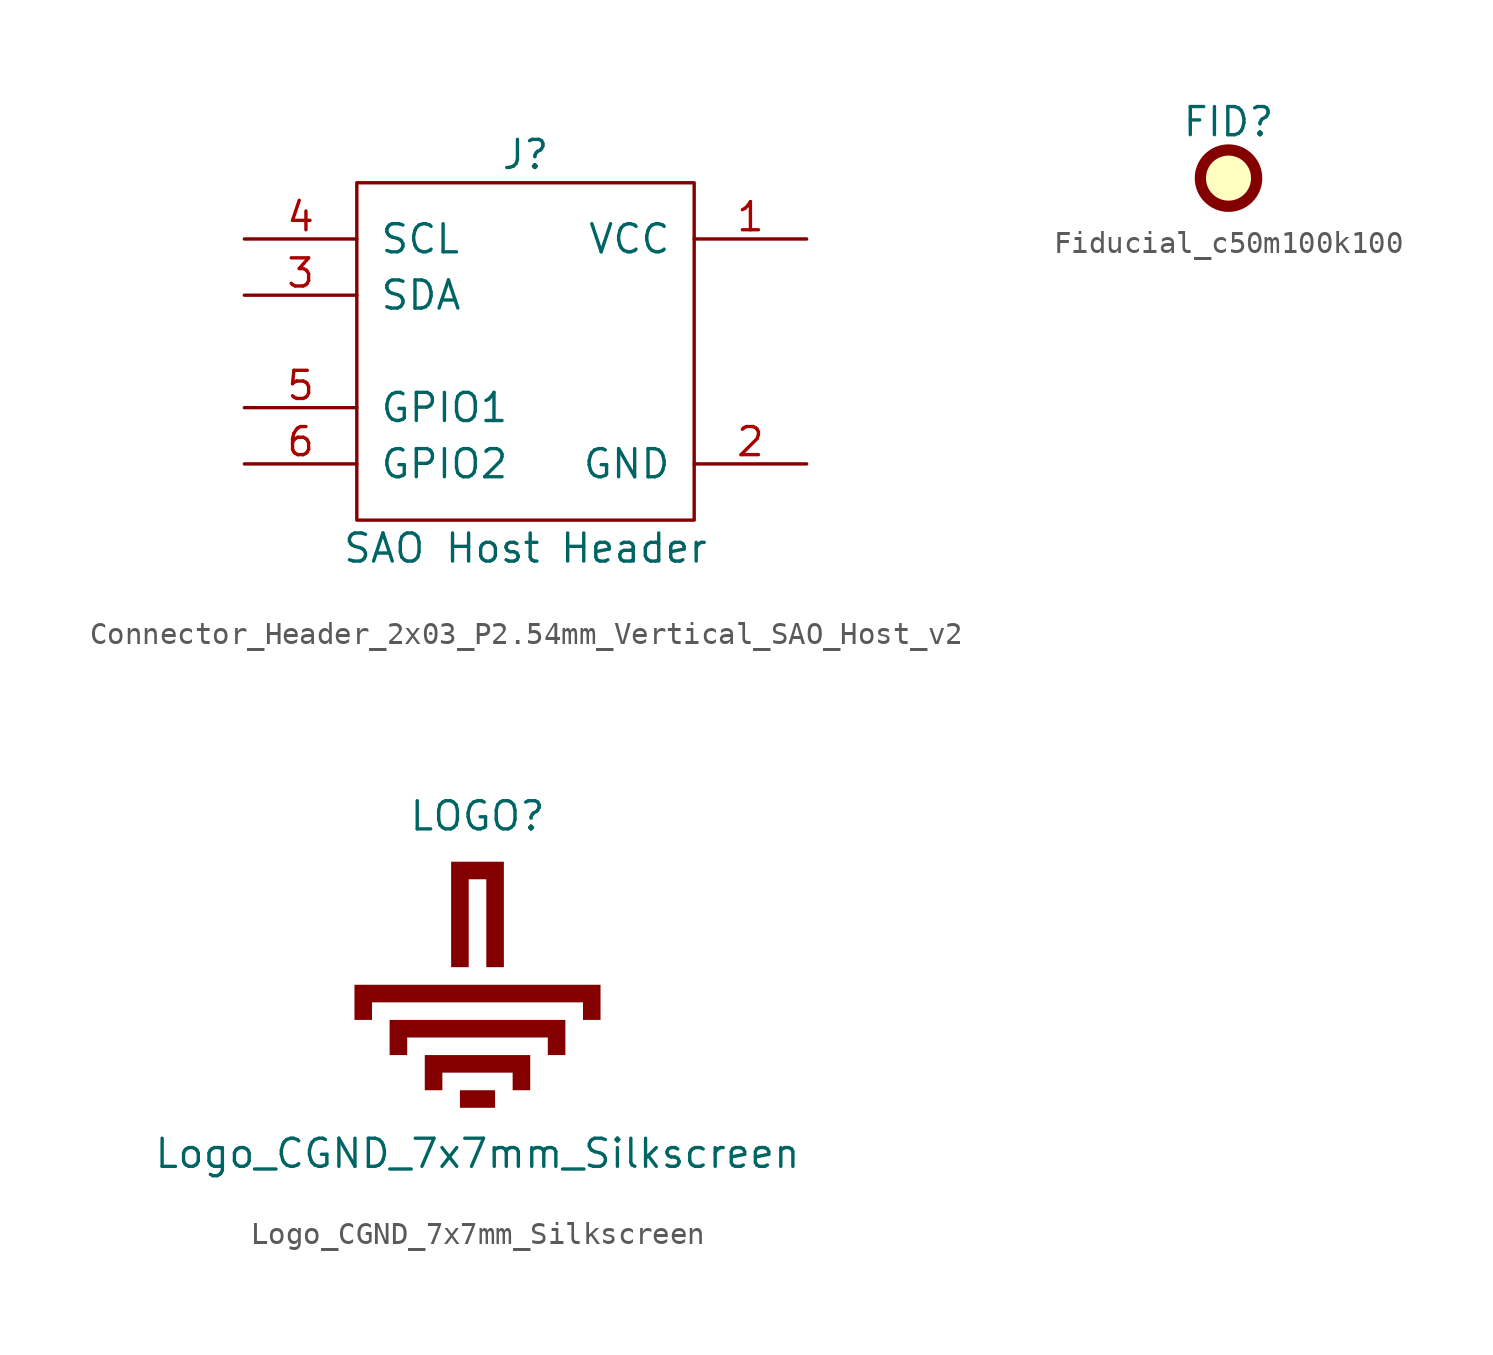
<source format=kicad_sym>
(kicad_symbol_lib
  (version 20241209)
  (generator "kicad_symbol_editor")
  (generator_version "9.0")
  (symbol "Connector_Header_2x03_P2.54mm_Vertical_SAO_Host_v2"
    (pin_names
      (offset 1.016))
    (property "Reference" "J"
      (at 0 8.89 0)
      (effects (font (size 1.27 1.27))))
    (property "Value" "SAO Host Header"
      (at 0 -8.89 0)
      (effects (font (size 1.27 1.27))))
    (symbol "Connector_Header_2x03_P2.54mm_Vertical_SAO_Host_v2_1_1"
      (rectangle (start -7.62 7.62) (end 7.62 -7.62) (stroke (width 0) (type solid)) (fill (type none)))
      (pin bidirectional line (at -12.7 5.08 0) (length 5.08) (name "SCL" (effects (font (size 1.27 1.27)))) (number "4" (effects (font (size 1.27 1.27)))))
      (pin bidirectional line (at -12.7 2.54 0) (length 5.08) (name "SDA" (effects (font (size 1.27 1.27)))) (number "3" (effects (font (size 1.27 1.27)))))
      (pin bidirectional line (at -12.7 -2.54 0) (length 5.08) (name "GPIO1" (effects (font (size 1.27 1.27)))) (number "5" (effects (font (size 1.27 1.27)))))
      (pin bidirectional line (at -12.7 -5.08 0) (length 5.08) (name "GPIO2" (effects (font (size 1.27 1.27)))) (number "6" (effects (font (size 1.27 1.27)))))
      (pin power_in line (at 12.7 5.08 180) (length 5.08) (name "VCC" (effects (font (size 1.27 1.27)))) (number "1" (effects (font (size 1.27 1.27)))))
      (pin power_in line (at 12.7 -5.08 180) (length 5.08) (name "GND" (effects (font (size 1.27 1.27)))) (number "2" (effects (font (size 1.27 1.27)))))))
  (symbol "Fiducial_c50m100k100"
    (pin_names
      (offset 0))
    (property "Reference" "FID"
      (at 0 2.54 0)
      (effects (font (size 1.27 1.27))))
    (symbol "Fiducial_c50m100k100_0_1"
      (circle (center 0 0) (radius 1.27) (stroke (width 0.508) (type default)) (fill (type background)))))
  (symbol "Logo_CGND_7x7mm_Silkscreen"
    (pin_numbers
      (hide yes))
    (pin_names
      (offset 0)
      (hide yes))
    (property "Reference" "LOGO"
      (at 0 7.62 0)
      (effects (font (size 1.27 1.27))))
    (property "Value" "Logo_CGND_7x7mm_Silkscreen"
      (at 0 -7.62 0)
      (effects (font (size 1.27 1.27))))
    (symbol "Logo_CGND_7x7mm_Silkscreen_1_0"
      (polyline (pts (xy -5.556 -1.587) (xy -5.556 0) (xy 5.556 0) (xy 5.556 -1.587) (xy 4.763 -1.587) (xy 4.763 -0.794) (xy -4.763 -0.794) (xy -4.763 -1.587) (xy -5.556 -1.587)) (stroke (width -0.0001) (type solid)) (fill (type outline)))
      (polyline (pts (xy -3.969 -3.175) (xy -3.969 -1.587) (xy 3.969 -1.587) (xy 3.969 -3.175) (xy 3.175 -3.175) (xy 3.175 -2.381) (xy -3.175 -2.381) (xy -3.175 -3.175) (xy -3.969 -3.175)) (stroke (width -0.0001) (type solid)) (fill (type outline)))
      (polyline (pts (xy -2.381 -4.763) (xy -2.381 -3.175) (xy 2.381 -3.175) (xy 2.381 -4.763) (xy 1.587 -4.763) (xy 1.587 -3.969) (xy -1.587 -3.969) (xy -1.587 -4.763) (xy -2.381 -4.763)) (stroke (width -0.0001) (type solid)) (fill (type outline)))
      (polyline (pts (xy -1.191 0.794) (xy -1.191 5.556) (xy 1.191 5.556) (xy 1.191 0.794) (xy 0.397 0.794) (xy 0.397 4.763) (xy -0.397 4.763) (xy -0.397 0.794) (xy -1.191 0.794)) (stroke (width -0.0001) (type solid)) (fill (type outline)))
      (polyline (pts (xy -0.794 -4.763) (xy 0.794 -4.763) (xy 0.794 -5.556) (xy -0.794 -5.556) (xy -0.794 -4.763)) (stroke (width -0.0001) (type solid)) (fill (type outline))))))
</source>
